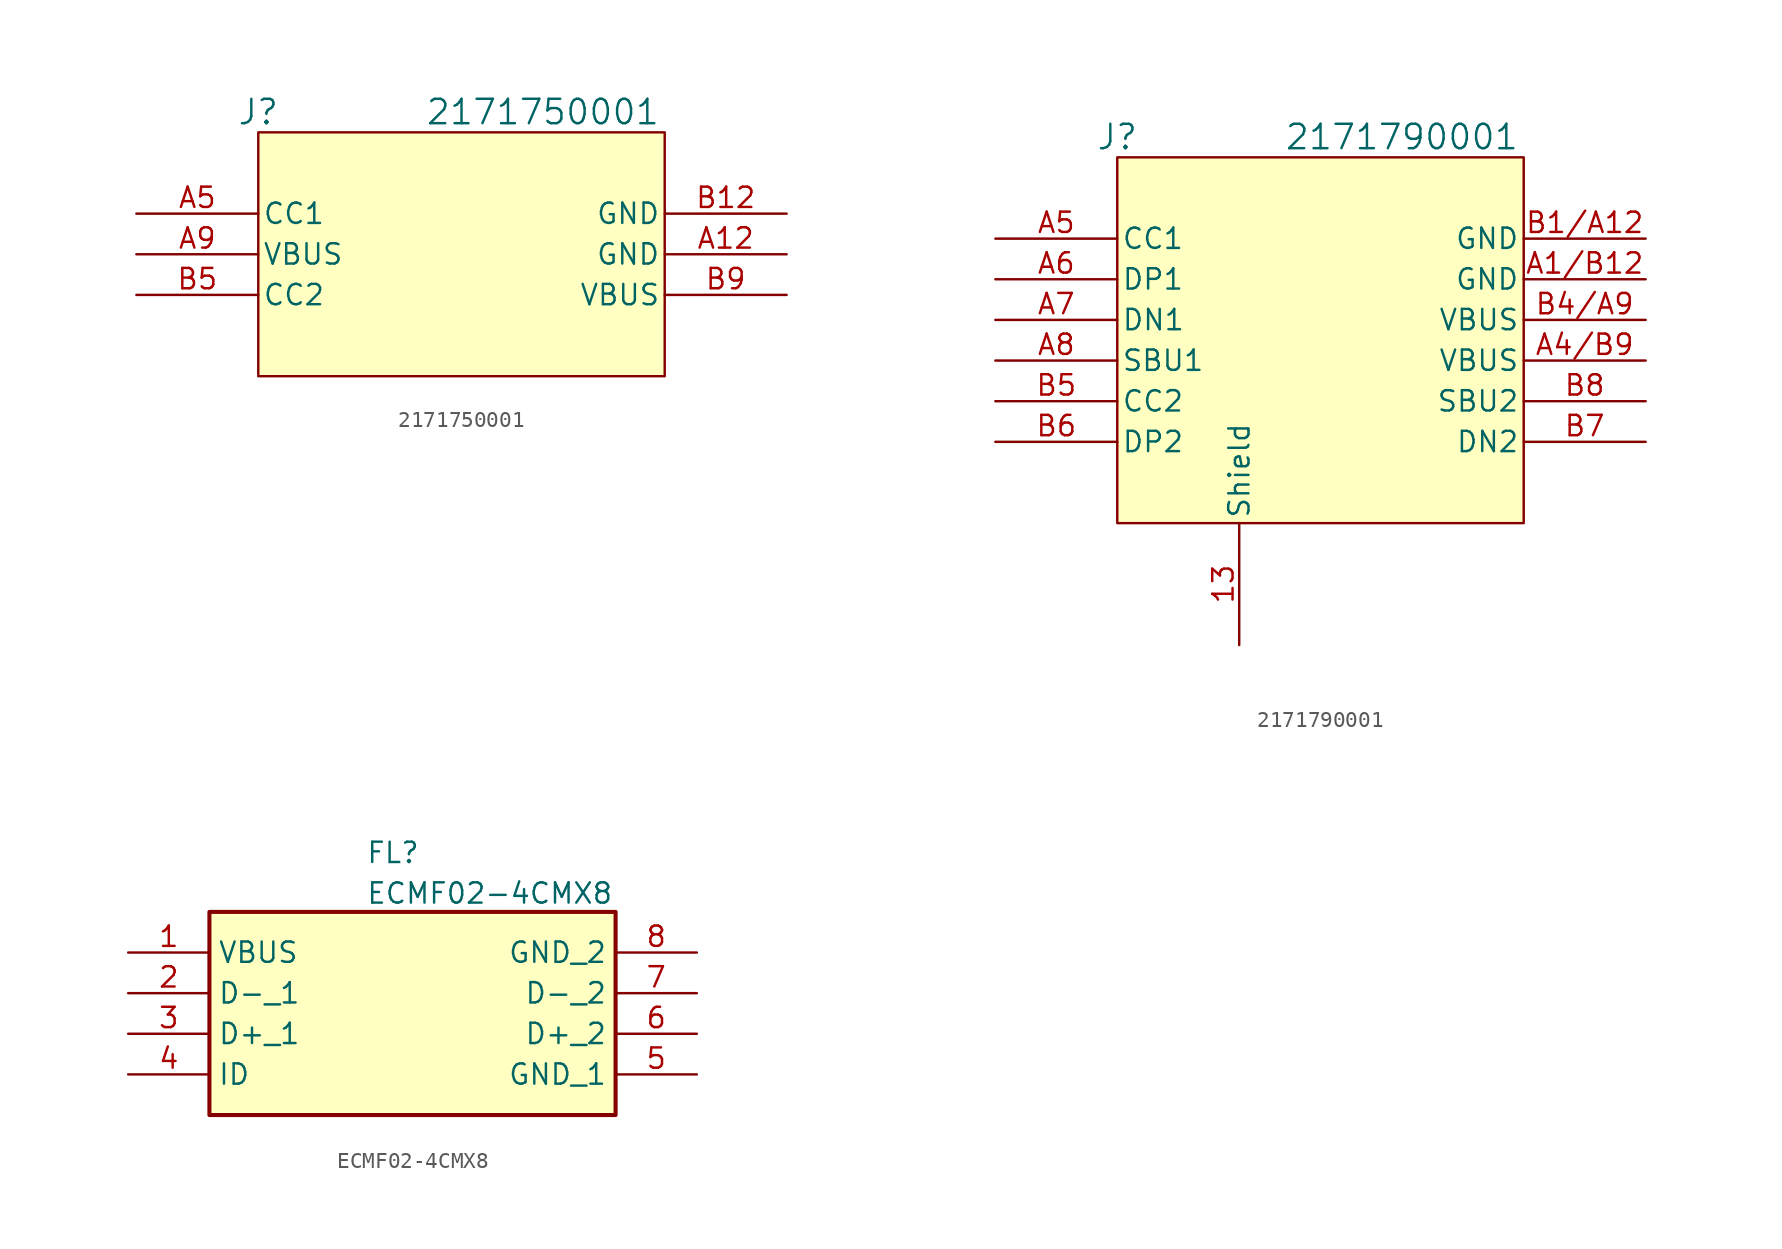
<source format=kicad_sym>
(kicad_symbol_lib
  (version 20220914)
  (generator kicad_symbol_editor)
  (symbol "2171750001"
    (pin_names
      (offset 0.254))
    (property "Reference" "J"
      (at -12.7 8.89 0)
      (effects (font (size 1.524 1.524))))
    (property "Value" "2171750001"
      (at 5.08 8.89 0)
      (effects (font (size 1.524 1.524))))
    (symbol "2171750001_0_1"
      (rectangle (start -12.7 7.62) (end 12.7 -7.62) (stroke (width 0) (type default)) (fill (type background)))
      (pin power_out line (at 20.32 0 180) (length 7.62) (name "GND" (effects (font (size 1.27 1.27)))) (number "A12" (effects (font (size 1.27 1.27)))))
      (pin bidirectional line (at -20.32 2.54 0) (length 7.62) (name "CC1" (effects (font (size 1.27 1.27)))) (number "A5" (effects (font (size 1.27 1.27)))))
      (pin power_in line (at -20.32 0 0) (length 7.62) (name "VBUS" (effects (font (size 1.27 1.27)))) (number "A9" (effects (font (size 1.27 1.27)))))
      (pin power_out line (at 20.32 2.54 180) (length 7.62) (name "GND" (effects (font (size 1.27 1.27)))) (number "B12" (effects (font (size 1.27 1.27)))))
      (pin bidirectional line (at -20.32 -2.54 0) (length 7.62) (name "CC2" (effects (font (size 1.27 1.27)))) (number "B5" (effects (font (size 1.27 1.27)))))
      (pin power_in line (at 20.32 -2.54 180) (length 7.62) (name "VBUS" (effects (font (size 1.27 1.27)))) (number "B9" (effects (font (size 1.27 1.27)))))))
  (symbol "2171790001"
    (pin_names
      (offset 0.254))
    (property "Reference" "J"
      (at -11.43 11.43 0)
      (effects (font (size 1.524 1.524))))
    (property "Value" "2171790001"
      (at 6.35 11.43 0)
      (effects (font (size 1.524 1.524))))
    (symbol "2171790001_0_1"
      (pin passive line (at -3.81 -20.32 90) (length 7.62) (name "Shield" (effects (font (size 1.27 1.27)))) (number "13" (effects (font (size 1.27 1.27)))))
      (pin passive line (at -3.81 -20.32 90) (length 7.62) hide (name "Shield" (effects (font (size 1.27 1.27)))) (number "14" (effects (font (size 1.27 1.27)))))
      (pin passive line (at -3.81 -20.32 90) (length 7.62) hide (name "Shield" (effects (font (size 1.27 1.27)))) (number "15" (effects (font (size 1.27 1.27)))))
      (pin passive line (at -3.81 -20.32 90) (length 7.62) hide (name "Shield" (effects (font (size 1.27 1.27)))) (number "16" (effects (font (size 1.27 1.27)))))
      (pin power_out line (at 21.59 2.54 180) (length 7.62) (name "GND" (effects (font (size 1.27 1.27)))) (number "A1/B12" (effects (font (size 1.27 1.27)))))
      (pin power_in line (at 21.59 -2.54 180) (length 7.62) (name "VBUS" (effects (font (size 1.27 1.27)))) (number "A4/B9" (effects (font (size 1.27 1.27)))))
      (pin bidirectional line (at -19.05 5.08 0) (length 7.62) (name "CC1" (effects (font (size 1.27 1.27)))) (number "A5" (effects (font (size 1.27 1.27)))))
      (pin bidirectional line (at -19.05 2.54 0) (length 7.62) (name "DP1" (effects (font (size 1.27 1.27)))) (number "A6" (effects (font (size 1.27 1.27)))))
      (pin bidirectional line (at -19.05 0 0) (length 7.62) (name "DN1" (effects (font (size 1.27 1.27)))) (number "A7" (effects (font (size 1.27 1.27)))))
      (pin bidirectional line (at -19.05 -2.54 0) (length 7.62) (name "SBU1" (effects (font (size 1.27 1.27)))) (number "A8" (effects (font (size 1.27 1.27)))))
      (pin power_out line (at 21.59 5.08 180) (length 7.62) (name "GND" (effects (font (size 1.27 1.27)))) (number "B1/A12" (effects (font (size 1.27 1.27)))))
      (pin power_in line (at 21.59 0 180) (length 7.62) (name "VBUS" (effects (font (size 1.27 1.27)))) (number "B4/A9" (effects (font (size 1.27 1.27)))))
      (pin bidirectional line (at -19.05 -5.08 0) (length 7.62) (name "CC2" (effects (font (size 1.27 1.27)))) (number "B5" (effects (font (size 1.27 1.27)))))
      (pin bidirectional line (at -19.05 -7.62 0) (length 7.62) (name "DP2" (effects (font (size 1.27 1.27)))) (number "B6" (effects (font (size 1.27 1.27)))))
      (pin bidirectional line (at 21.59 -7.62 180) (length 7.62) (name "DN2" (effects (font (size 1.27 1.27)))) (number "B7" (effects (font (size 1.27 1.27)))))
      (pin bidirectional line (at 21.59 -5.08 180) (length 7.62) (name "SBU2" (effects (font (size 1.27 1.27)))) (number "B8" (effects (font (size 1.27 1.27))))))
    (symbol "2171790001_1_1"
      (rectangle (start -11.43 10.16) (end 13.97 -12.7) (stroke (width 0) (type default)) (fill (type background)))))
  (symbol "ECMF02-4CMX8"
    (property "Reference" "FL"
      (at 14.859 6.985 0)
      (effects (font (size 1.27 1.27)) (justify left top)))
    (property "Value" "ECMF02-4CMX8"
      (at 14.859 4.445 0)
      (effects (font (size 1.27 1.27)) (justify left top)))
    (symbol "ECMF02-4CMX8_1_1"
      (rectangle (start 30.48 2.54) (end 5.08 -10.16) (stroke (width 0.254) (type default)) (fill (type background)))
      (pin passive line (at 0 0 0) (length 5.08) (name "VBUS" (effects (font (size 1.27 1.27)))) (number "1" (effects (font (size 1.27 1.27)))))
      (pin passive line (at 0 0 0) (length 5.08) hide (name "10" (effects (font (size 1.27 1.27)))) (number "10" (effects (font (size 1.27 1.27)))))
      (pin passive line (at 0 -7.62 0) (length 5.08) hide (name "11" (effects (font (size 1.27 1.27)))) (number "11" (effects (font (size 1.27 1.27)))))
      (pin passive line (at 35.56 -7.62 180) (length 5.08) hide (name "12" (effects (font (size 1.27 1.27)))) (number "12" (effects (font (size 1.27 1.27)))))
      (pin passive line (at 0 -2.54 0) (length 5.08) (name "D-_1" (effects (font (size 1.27 1.27)))) (number "2" (effects (font (size 1.27 1.27)))))
      (pin passive line (at 0 -5.08 0) (length 5.08) (name "D+_1" (effects (font (size 1.27 1.27)))) (number "3" (effects (font (size 1.27 1.27)))))
      (pin passive line (at 0 -7.62 0) (length 5.08) (name "ID" (effects (font (size 1.27 1.27)))) (number "4" (effects (font (size 1.27 1.27)))))
      (pin passive line (at 35.56 -7.62 180) (length 5.08) (name "GND_1" (effects (font (size 1.27 1.27)))) (number "5" (effects (font (size 1.27 1.27)))))
      (pin passive line (at 35.56 -5.08 180) (length 5.08) (name "D+_2" (effects (font (size 1.27 1.27)))) (number "6" (effects (font (size 1.27 1.27)))))
      (pin passive line (at 35.56 -2.54 180) (length 5.08) (name "D-_2" (effects (font (size 1.27 1.27)))) (number "7" (effects (font (size 1.27 1.27)))))
      (pin passive line (at 35.56 0 180) (length 5.08) (name "GND_2" (effects (font (size 1.27 1.27)))) (number "8" (effects (font (size 1.27 1.27)))))
      (pin passive line (at 35.56 0 180) (length 5.08) hide (name "9" (effects (font (size 1.27 1.27)))) (number "9" (effects (font (size 1.27 1.27))))))))
</source>
